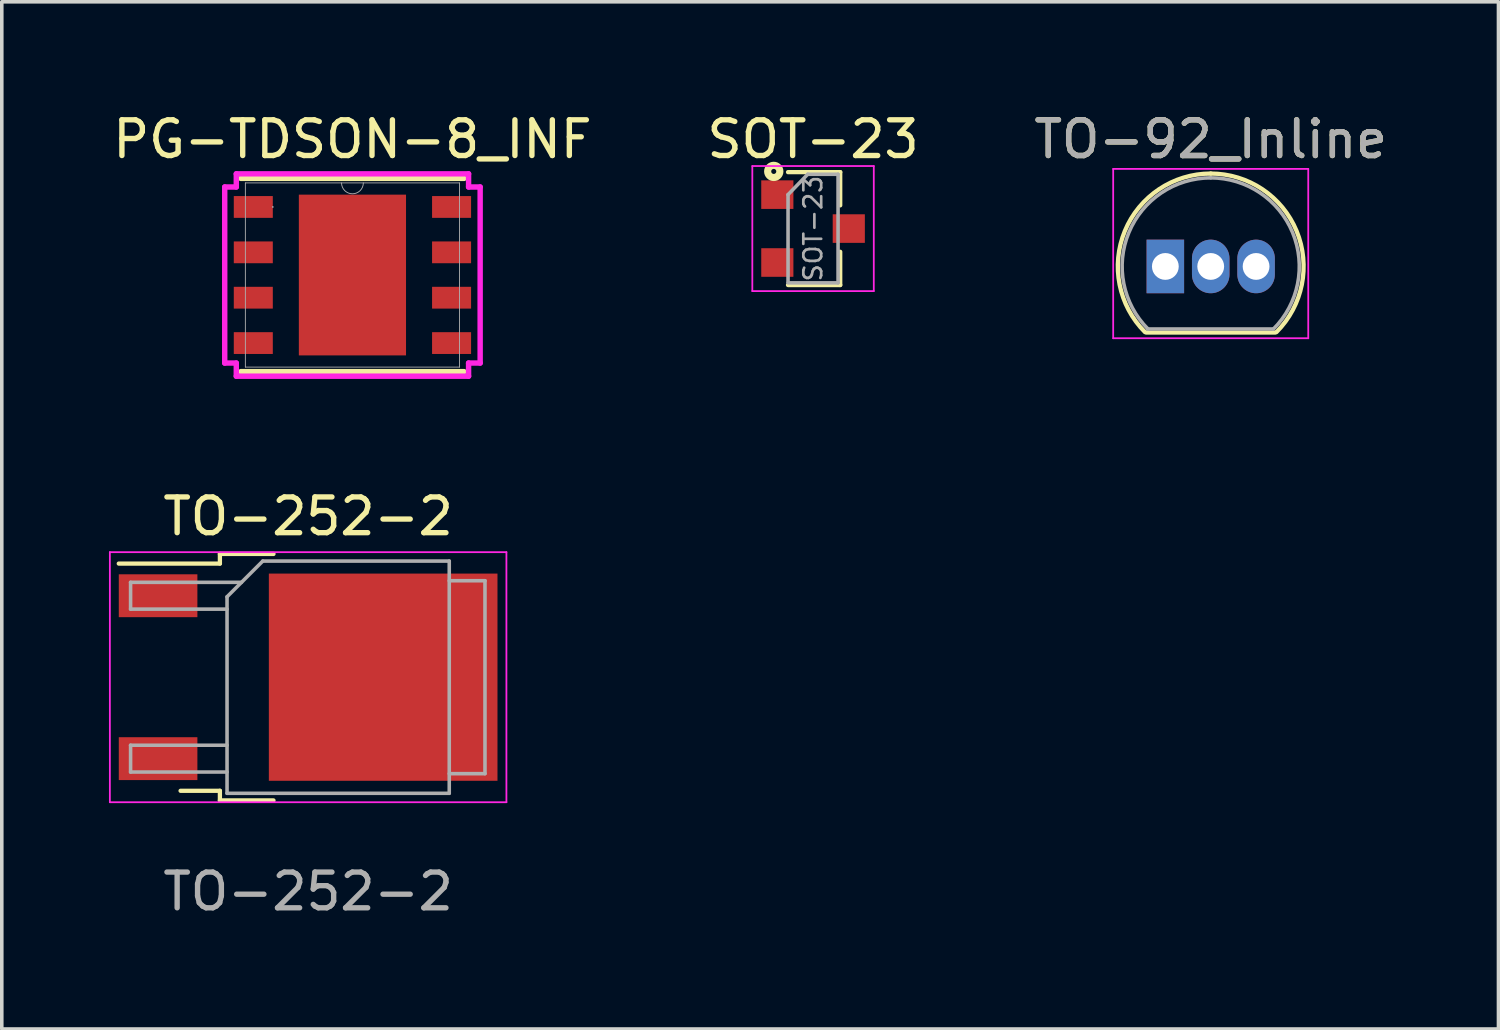
<source format=kicad_pcb>
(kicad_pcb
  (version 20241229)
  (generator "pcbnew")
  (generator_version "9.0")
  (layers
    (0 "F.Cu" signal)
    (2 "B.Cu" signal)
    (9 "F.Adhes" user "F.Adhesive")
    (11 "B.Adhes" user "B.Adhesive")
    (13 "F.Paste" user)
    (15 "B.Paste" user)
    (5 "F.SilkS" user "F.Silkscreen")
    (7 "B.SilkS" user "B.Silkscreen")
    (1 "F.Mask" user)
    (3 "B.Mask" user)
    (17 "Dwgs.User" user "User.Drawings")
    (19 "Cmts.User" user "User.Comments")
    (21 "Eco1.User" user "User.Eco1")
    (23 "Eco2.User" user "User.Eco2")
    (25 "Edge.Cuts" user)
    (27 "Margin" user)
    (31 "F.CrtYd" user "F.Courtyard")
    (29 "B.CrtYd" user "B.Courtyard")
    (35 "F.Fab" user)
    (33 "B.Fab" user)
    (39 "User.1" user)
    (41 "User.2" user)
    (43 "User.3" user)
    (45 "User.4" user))
  (footprint "PG-TDSON-8_INF"
    (layer "F.Cu")
    (at 6.815 4.648)
    (property "Reference" "PG-TDSON-8_INF" (at 0 -3.8 0) (unlocked yes) (layer "F.SilkS") (effects (font (size 1 1) (thickness 0.15))))
    (attr smd)
    (fp_line (start -3.124 2.705) (end 3.124 2.705) (stroke (width 0.152) (type solid)) (layer "F.SilkS"))
    (fp_line (start 3.124 -2.705) (end -3.124 -2.705) (stroke (width 0.152) (type solid)) (layer "F.SilkS"))
    (fp_line (start -3.575 -2.464) (end -3.251 -2.464) (stroke (width 0.152) (type solid)) (layer "F.CrtYd"))
    (fp_line (start -3.575 2.464) (end -3.575 -2.464) (stroke (width 0.152) (type solid)) (layer "F.CrtYd"))
    (fp_line (start -3.575 2.464) (end -3.251 2.464) (stroke (width 0.152) (type solid)) (layer "F.CrtYd"))
    (fp_line (start -3.251 -2.832) (end 3.251 -2.832) (stroke (width 0.152) (type solid)) (layer "F.CrtYd"))
    (fp_line (start -3.251 -2.464) (end -3.251 -2.832) (stroke (width 0.152) (type solid)) (layer "F.CrtYd"))
    (fp_line (start -3.251 2.832) (end -3.251 2.464) (stroke (width 0.152) (type solid)) (layer "F.CrtYd"))
    (fp_line (start 3.251 -2.832) (end 3.251 -2.464) (stroke (width 0.152) (type solid)) (layer "F.CrtYd"))
    (fp_line (start 3.251 2.464) (end 3.251 2.832) (stroke (width 0.152) (type solid)) (layer "F.CrtYd"))
    (fp_line (start 3.251 2.832) (end -3.251 2.832) (stroke (width 0.152) (type solid)) (layer "F.CrtYd"))
    (fp_line (start 3.575 -2.464) (end 3.251 -2.464) (stroke (width 0.152) (type solid)) (layer "F.CrtYd"))
    (fp_line (start 3.575 -2.464) (end 3.575 2.464) (stroke (width 0.152) (type solid)) (layer "F.CrtYd"))
    (fp_line (start 3.575 2.464) (end 3.251 2.464) (stroke (width 0.152) (type solid)) (layer "F.CrtYd"))
    (fp_line (start -2.997 -2.578) (end -2.997 2.578) (stroke (width 0.025) (type solid)) (layer "F.Fab"))
    (fp_line (start -2.997 2.578) (end 2.997 2.578) (stroke (width 0.025) (type solid)) (layer "F.Fab"))
    (fp_line (start 2.997 -2.578) (end -2.997 -2.578) (stroke (width 0.025) (type solid)) (layer "F.Fab"))
    (fp_line (start 2.997 2.578) (end 2.997 -2.578) (stroke (width 0.025) (type solid)) (layer "F.Fab"))
    (fp_arc (start 0.3048 -2.5781) (mid 0 -2.2733) (end -0.3048 -2.5781) (stroke (width 0.0254) (type solid)) (layer "F.Fab"))
    (fp_circle (center -2.229 -1.905) (end -2.229 -1.905) (stroke (width 0.025) (type solid)) (fill no) (layer "F.Fab"))
    (pad "1" smd rect (at -2.775 1.905) (size 1.092 0.61) (layers "F.Cu" "F.Mask" "F.Paste"))
    (pad "2" smd rect (at -2.775 -1.905) (size 1.092 0.61) (layers "F.Cu" "F.Mask" "F.Paste"))
    (pad "2" smd rect (at -2.775 -0.635) (size 1.092 0.61) (layers "F.Cu" "F.Mask" "F.Paste"))
    (pad "2" smd rect (at -2.775 0.635) (size 1.092 0.61) (layers "F.Cu" "F.Mask" "F.Paste"))
    (pad "3" smd rect (at 0 0 90) (size 4.5 3) (layers "F.Cu" "F.Mask" "F.Paste"))
    (pad "3" smd rect (at 2.775 -1.905) (size 1.092 0.61) (layers "F.Cu" "F.Mask" "F.Paste"))
    (pad "3" smd rect (at 2.775 -0.635) (size 1.092 0.61) (layers "F.Cu" "F.Mask" "F.Paste"))
    (pad "3" smd rect (at 2.775 0.635) (size 1.092 0.61) (layers "F.Cu" "F.Mask" "F.Paste"))
    (pad "3" smd rect (at 2.775 1.905) (size 1.092 0.61) (layers "F.Cu" "F.Mask" "F.Paste")))
  (footprint "SOT-23"
    (layer "F.Cu")
    (at 19.708 3.348)
    (property "Reference" "SOT-23" (at 0 -2.5 0) (layer "F.SilkS") (effects (font (size 1 1) (thickness 0.15))))
    (attr smd)
    (fp_line (start 0.76 -1.58) (end -0.7 -1.58) (stroke (width 0.12) (type solid)) (layer "F.SilkS"))
    (fp_line (start 0.76 -1.58) (end 0.76 -0.65) (stroke (width 0.12) (type solid)) (layer "F.SilkS"))
    (fp_line (start 0.76 1.58) (end -0.7 1.58) (stroke (width 0.12) (type solid)) (layer "F.SilkS"))
    (fp_line (start 0.76 1.58) (end 0.76 0.65) (stroke (width 0.12) (type solid)) (layer "F.SilkS"))
    (fp_circle (center -1.1 -1.6) (end -1.05 -1.55) (stroke (width 0.2) (type solid)) (fill no) (layer "F.SilkS"))
    (fp_line (start -1.7 -1.75) (end 1.7 -1.75) (stroke (width 0.05) (type solid)) (layer "F.CrtYd"))
    (fp_line (start -1.7 1.75) (end -1.7 -1.75) (stroke (width 0.05) (type solid)) (layer "F.CrtYd"))
    (fp_line (start 1.7 -1.75) (end 1.7 1.75) (stroke (width 0.05) (type solid)) (layer "F.CrtYd"))
    (fp_line (start 1.7 1.75) (end -1.7 1.75) (stroke (width 0.05) (type solid)) (layer "F.CrtYd"))
    (fp_line (start -0.7 -0.95) (end -0.7 1.5) (stroke (width 0.1) (type solid)) (layer "F.Fab"))
    (fp_line (start -0.7 -0.95) (end -0.15 -1.52) (stroke (width 0.1) (type solid)) (layer "F.Fab"))
    (fp_line (start -0.7 1.52) (end 0.7 1.52) (stroke (width 0.1) (type solid)) (layer "F.Fab"))
    (fp_line (start -0.15 -1.52) (end 0.7 -1.52) (stroke (width 0.1) (type solid)) (layer "F.Fab"))
    (fp_line (start 0.7 -1.52) (end 0.7 1.52) (stroke (width 0.1) (type solid)) (layer "F.Fab"))
    (fp_text user "${REFERENCE}" (at 0 0 90) (layer "F.Fab") (effects (font (size 0.5 0.5) (thickness 0.075))))
    (pad "1" smd rect (at -1 -0.95) (size 0.9 0.8) (layers "F.Cu" "F.Mask" "F.Paste"))
    (pad "2" smd rect (at -1 0.95) (size 0.9 0.8) (layers "F.Cu" "F.Mask" "F.Paste"))
    (pad "3" smd rect (at 1 0) (size 0.9 0.8) (layers "F.Cu" "F.Mask" "F.Paste")))
  (footprint "TO-252-2"
    (layer "F.Cu")
    (at 5.575 15.905)
    (property "Reference" "TO-252-2" (at 0 -4.5 0) (layer "F.SilkS") (effects (font (size 1 1) (thickness 0.15))))
    (attr smd)
    (fp_line (start -2.47 -3.45) (end -2.47 -3.18) (stroke (width 0.12) (type solid)) (layer "F.SilkS"))
    (fp_line (start -2.47 -3.18) (end -5.3 -3.18) (stroke (width 0.12) (type solid)) (layer "F.SilkS"))
    (fp_line (start -2.47 3.18) (end -3.57 3.18) (stroke (width 0.12) (type solid)) (layer "F.SilkS"))
    (fp_line (start -2.47 3.45) (end -2.47 3.18) (stroke (width 0.12) (type solid)) (layer "F.SilkS"))
    (fp_line (start -0.97 -3.45) (end -2.47 -3.45) (stroke (width 0.12) (type solid)) (layer "F.SilkS"))
    (fp_line (start -0.97 3.45) (end -2.47 3.45) (stroke (width 0.12) (type solid)) (layer "F.SilkS"))
    (fp_line (start -5.55 -3.5) (end -5.55 3.5) (stroke (width 0.05) (type solid)) (layer "F.CrtYd"))
    (fp_line (start -5.55 3.5) (end 5.55 3.5) (stroke (width 0.05) (type solid)) (layer "F.CrtYd"))
    (fp_line (start 5.55 -3.5) (end -5.55 -3.5) (stroke (width 0.05) (type solid)) (layer "F.CrtYd"))
    (fp_line (start 5.55 3.5) (end 5.55 -3.5) (stroke (width 0.05) (type solid)) (layer "F.CrtYd"))
    (fp_line (start -4.97 -2.655) (end -4.97 -1.905) (stroke (width 0.1) (type solid)) (layer "F.Fab"))
    (fp_line (start -4.97 -1.905) (end -2.27 -1.905) (stroke (width 0.1) (type solid)) (layer "F.Fab"))
    (fp_line (start -4.97 1.905) (end -4.97 2.655) (stroke (width 0.1) (type solid)) (layer "F.Fab"))
    (fp_line (start -4.97 2.655) (end -2.27 2.655) (stroke (width 0.1) (type solid)) (layer "F.Fab"))
    (fp_line (start -2.27 -2.25) (end -1.27 -3.25) (stroke (width 0.1) (type solid)) (layer "F.Fab"))
    (fp_line (start -2.27 1.905) (end -4.97 1.905) (stroke (width 0.1) (type solid)) (layer "F.Fab"))
    (fp_line (start -2.27 3.25) (end -2.27 -2.25) (stroke (width 0.1) (type solid)) (layer "F.Fab"))
    (fp_line (start -1.865 -2.655) (end -4.97 -2.655) (stroke (width 0.1) (type solid)) (layer "F.Fab"))
    (fp_line (start -1.27 -3.25) (end 3.95 -3.25) (stroke (width 0.1) (type solid)) (layer "F.Fab"))
    (fp_line (start 3.95 -3.25) (end 3.95 3.25) (stroke (width 0.1) (type solid)) (layer "F.Fab"))
    (fp_line (start 3.95 -2.7) (end 4.95 -2.7) (stroke (width 0.1) (type solid)) (layer "F.Fab"))
    (fp_line (start 3.95 3.25) (end -2.27 3.25) (stroke (width 0.1) (type solid)) (layer "F.Fab"))
    (fp_line (start 4.95 -2.7) (end 4.95 2.7) (stroke (width 0.1) (type solid)) (layer "F.Fab"))
    (fp_line (start 4.95 2.7) (end 3.95 2.7) (stroke (width 0.1) (type solid)) (layer "F.Fab"))
    (fp_text user "${REFERENCE}" (at 0 6 0) (layer "F.Fab") (effects (font (size 1 1) (thickness 0.15))))
    (pad "" smd rect (at 0.425 -1.525) (size 3.05 2.75) (layers "F.Paste"))
    (pad "" smd rect (at 0.425 1.525) (size 3.05 2.75) (layers "F.Paste"))
    (pad "" smd rect (at 3.775 -1.525) (size 3.05 2.75) (layers "F.Paste"))
    (pad "" smd rect (at 3.775 1.525) (size 3.05 2.75) (layers "F.Paste"))
    (pad "1" smd rect (at -4.2 -2.28) (size 2.2 1.2) (layers "F.Cu" "F.Mask" "F.Paste"))
    (pad "2" smd rect (at 2.1 0) (size 6.4 5.8) (layers "F.Cu" "F.Mask"))
    (pad "3" smd rect (at -4.2 2.28) (size 2.2 1.2) (layers "F.Cu" "F.Mask" "F.Paste")))
  (footprint "TO-92_Inline"
    (layer "F.Cu")
    (at 29.569 4.408)
    (property "Reference" "TO-92_Inline" (at 1.27 -3.56 0) (layer "F.SilkS") (effects (font (size 1 1) (thickness 0.15))))
    (attr through_hole)
    (fp_line (start -0.53 1.85) (end 3.07 1.85) (stroke (width 0.12) (type solid)) (layer "F.SilkS"))
    (fp_arc (start -0.568478 1.838478) (mid -1.132087 -0.994977) (end 1.27 -2.6) (stroke (width 0.12) (type solid)) (layer "F.SilkS"))
    (fp_arc (start 1.27 -2.6) (mid 3.672087 -0.994977) (end 3.108478 1.838478) (stroke (width 0.12) (type solid)) (layer "F.SilkS"))
    (fp_line (start -1.46 -2.73) (end -1.46 2.01) (stroke (width 0.05) (type solid)) (layer "F.CrtYd"))
    (fp_line (start -1.46 -2.73) (end 4 -2.73) (stroke (width 0.05) (type solid)) (layer "F.CrtYd"))
    (fp_line (start 4 2.01) (end -1.46 2.01) (stroke (width 0.05) (type solid)) (layer "F.CrtYd"))
    (fp_line (start 4 2.01) (end 4 -2.73) (stroke (width 0.05) (type solid)) (layer "F.CrtYd"))
    (fp_line (start -0.5 1.75) (end 3 1.75) (stroke (width 0.1) (type solid)) (layer "F.Fab"))
    (fp_arc (start -0.483625 1.753625) (mid -1.021221 -0.949055) (end 1.27 -2.48) (stroke (width 0.1) (type solid)) (layer "F.Fab"))
    (fp_arc (start 1.27 -2.48) (mid 3.561221 -0.949055) (end 3.023625 1.753625) (stroke (width 0.1) (type solid)) (layer "F.Fab"))
    (fp_text user "${REFERENCE}" (at 1.27 -3.56 0) (layer "F.Fab") (effects (font (size 1 1) (thickness 0.15))))
    (pad "1" thru_hole rect (at 0 0) (size 1.05 1.5) (drill 0.75) (layers "*.Cu" "*.Mask"))
    (pad "2" thru_hole oval (at 1.27 0) (size 1.05 1.5) (drill 0.75) (layers "*.Cu" "*.Mask"))
    (pad "3" thru_hole oval (at 2.54 0) (size 1.05 1.5) (drill 0.75) (layers "*.Cu" "*.Mask")))
  (gr_rect
    (start -3 -3)
    (end 38.893 25.753)
    (stroke (width 0.1) (type default))
    (fill no)
    (layer "Edge.Cuts")))
</source>
